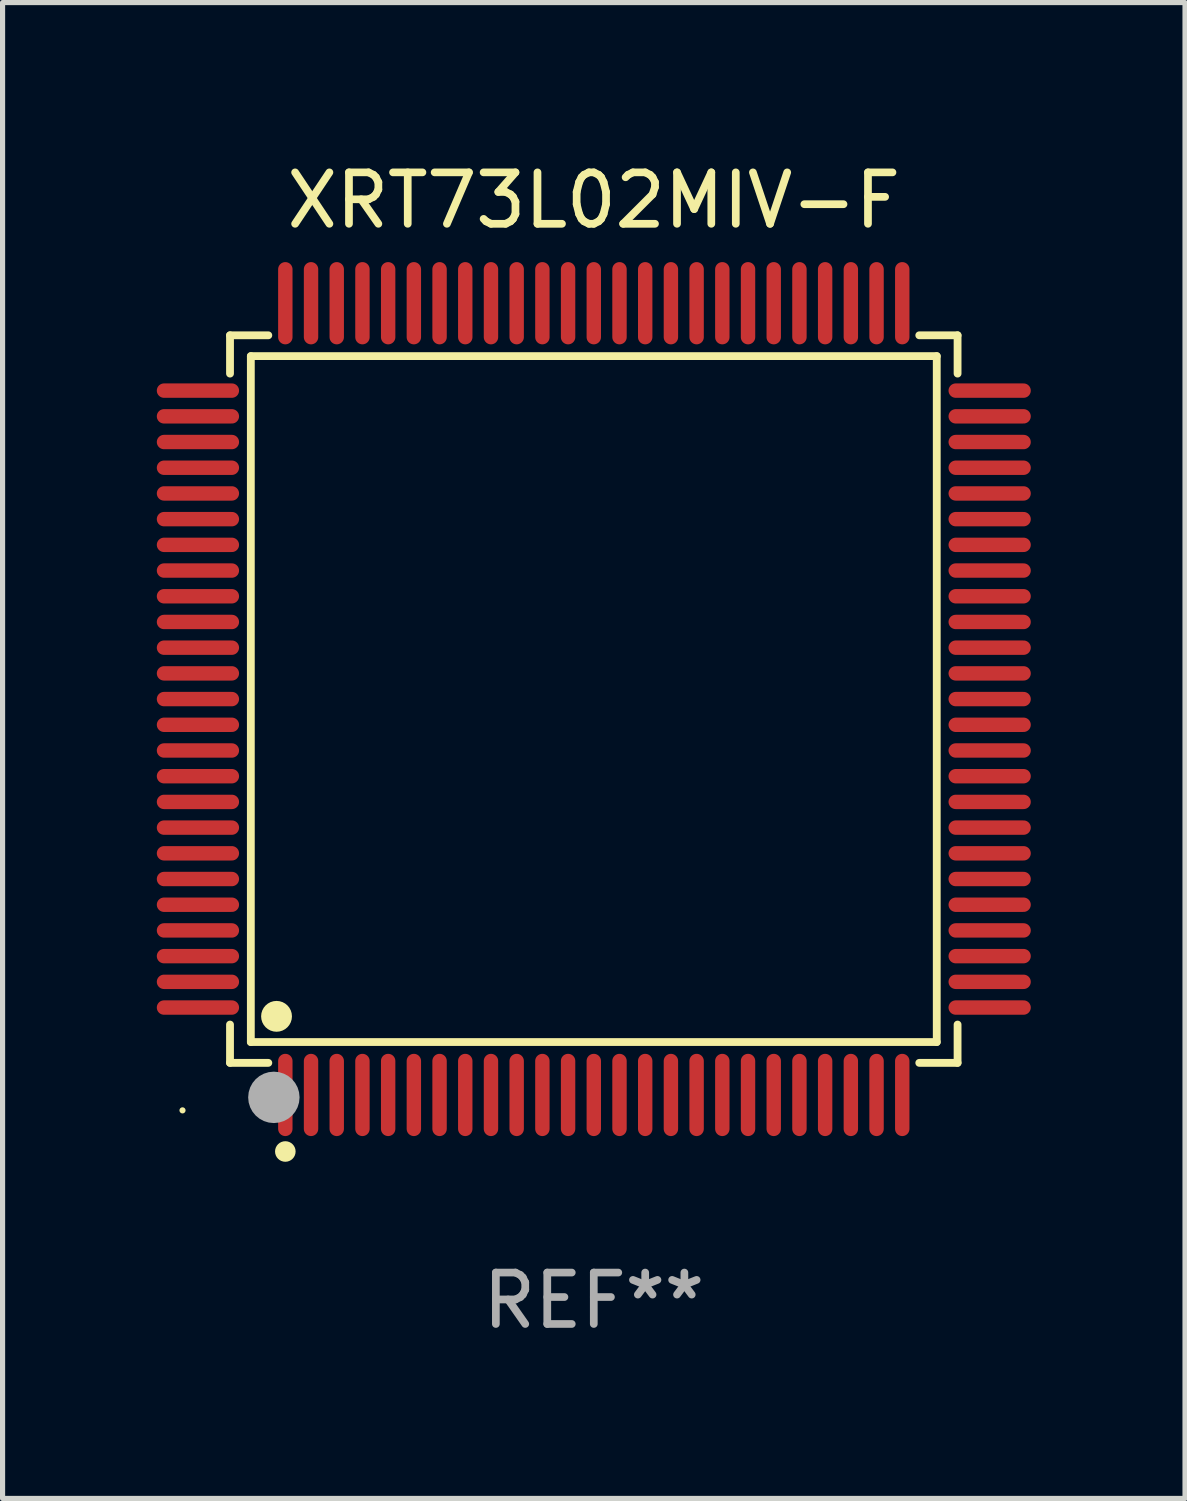
<source format=kicad_pcb>
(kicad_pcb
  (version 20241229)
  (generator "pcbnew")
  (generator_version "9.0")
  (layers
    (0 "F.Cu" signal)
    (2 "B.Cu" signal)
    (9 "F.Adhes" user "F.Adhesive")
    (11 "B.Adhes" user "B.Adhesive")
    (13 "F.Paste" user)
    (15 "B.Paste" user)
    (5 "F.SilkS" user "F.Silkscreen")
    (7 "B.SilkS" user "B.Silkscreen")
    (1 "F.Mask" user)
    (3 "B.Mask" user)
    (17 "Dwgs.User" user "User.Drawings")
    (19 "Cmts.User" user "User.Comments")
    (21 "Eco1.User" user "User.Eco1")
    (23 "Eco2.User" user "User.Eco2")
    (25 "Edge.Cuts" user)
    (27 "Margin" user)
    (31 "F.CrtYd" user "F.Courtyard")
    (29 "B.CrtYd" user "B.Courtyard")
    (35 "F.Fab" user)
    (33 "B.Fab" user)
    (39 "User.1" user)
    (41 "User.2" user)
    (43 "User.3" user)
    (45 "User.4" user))
  (footprint "XRT73L02MIV-F"
    (layer "F.Cu")
    (at 8.5 10.548)
    (property "Reference" "XRT73L02MIV-F" (at 0 -9.7 0) (layer "F.SilkS") (effects (font (size 1 1) (thickness 0.15))))
    (attr through_hole)
    (fp_line (start -7.076 -7.076) (end -6.331 -7.076) (stroke (width 0.152) (type solid)) (layer "F.SilkS"))
    (fp_line (start -7.076 -6.331) (end -7.076 -7.076) (stroke (width 0.152) (type solid)) (layer "F.SilkS"))
    (fp_line (start -7.076 6.331) (end -7.076 7.076) (stroke (width 0.152) (type solid)) (layer "F.SilkS"))
    (fp_line (start -7.076 7.076) (end -6.331 7.076) (stroke (width 0.152) (type solid)) (layer "F.SilkS"))
    (fp_line (start -6.671 -6.671) (end 6.671 -6.671) (stroke (width 0.152) (type solid)) (layer "F.SilkS"))
    (fp_line (start -6.671 6.671) (end -6.671 -6.671) (stroke (width 0.152) (type solid)) (layer "F.SilkS"))
    (fp_line (start 6.671 -6.671) (end 6.671 6.671) (stroke (width 0.152) (type solid)) (layer "F.SilkS"))
    (fp_line (start 6.671 6.671) (end -6.671 6.671) (stroke (width 0.152) (type solid)) (layer "F.SilkS"))
    (fp_line (start 7.076 -7.076) (end 6.331 -7.076) (stroke (width 0.152) (type solid)) (layer "F.SilkS"))
    (fp_line (start 7.076 -6.331) (end 7.076 -7.076) (stroke (width 0.152) (type solid)) (layer "F.SilkS"))
    (fp_line (start 7.076 6.331) (end 7.076 7.076) (stroke (width 0.152) (type solid)) (layer "F.SilkS"))
    (fp_line (start 7.076 7.076) (end 6.331 7.076) (stroke (width 0.152) (type solid)) (layer "F.SilkS"))
    (fp_circle (center -8 8) (end -7.97 8) (stroke (width 0.06) (type solid)) (fill no) (layer "F.SilkS"))
    (fp_circle (center -6.171 6.171) (end -6.021 6.171) (stroke (width 0.3) (type solid)) (fill no) (layer "F.SilkS"))
    (fp_circle (center -6 8.8) (end -5.9 8.8) (stroke (width 0.2) (type solid)) (fill no) (layer "F.SilkS"))
    (fp_circle (center -6.223 7.747) (end -5.973 7.747) (stroke (width 0.5) (type solid)) (fill no) (layer "F.Fab"))
    (fp_text user "REF**" (at 0 11.7 0) (layer "F.Fab") (effects (font (size 1 1) (thickness 0.15))))
    (pad "1" smd oval (at -6 7.7) (size 0.28 1.6) (layers "F.Cu" "F.Mask" "F.Paste"))
    (pad "2" smd oval (at -5.5 7.7) (size 0.28 1.6) (layers "F.Cu" "F.Mask" "F.Paste"))
    (pad "3" smd oval (at -5 7.7) (size 0.28 1.6) (layers "F.Cu" "F.Mask" "F.Paste"))
    (pad "4" smd oval (at -4.5 7.7) (size 0.28 1.6) (layers "F.Cu" "F.Mask" "F.Paste"))
    (pad "5" smd oval (at -4 7.7) (size 0.28 1.6) (layers "F.Cu" "F.Mask" "F.Paste"))
    (pad "6" smd oval (at -3.5 7.7) (size 0.28 1.6) (layers "F.Cu" "F.Mask" "F.Paste"))
    (pad "7" smd oval (at -3 7.7) (size 0.28 1.6) (layers "F.Cu" "F.Mask" "F.Paste"))
    (pad "8" smd oval (at -2.5 7.7) (size 0.28 1.6) (layers "F.Cu" "F.Mask" "F.Paste"))
    (pad "9" smd oval (at -2 7.7) (size 0.28 1.6) (layers "F.Cu" "F.Mask" "F.Paste"))
    (pad "10" smd oval (at -1.5 7.7) (size 0.28 1.6) (layers "F.Cu" "F.Mask" "F.Paste"))
    (pad "11" smd oval (at -1 7.7) (size 0.28 1.6) (layers "F.Cu" "F.Mask" "F.Paste"))
    (pad "12" smd oval (at -0.5 7.7) (size 0.28 1.6) (layers "F.Cu" "F.Mask" "F.Paste"))
    (pad "13" smd oval (at 0 7.7) (size 0.28 1.6) (layers "F.Cu" "F.Mask" "F.Paste"))
    (pad "14" smd oval (at 0.5 7.7) (size 0.28 1.6) (layers "F.Cu" "F.Mask" "F.Paste"))
    (pad "15" smd oval (at 1 7.7) (size 0.28 1.6) (layers "F.Cu" "F.Mask" "F.Paste"))
    (pad "16" smd oval (at 1.5 7.7) (size 0.28 1.6) (layers "F.Cu" "F.Mask" "F.Paste"))
    (pad "17" smd oval (at 2 7.7) (size 0.28 1.6) (layers "F.Cu" "F.Mask" "F.Paste"))
    (pad "18" smd oval (at 2.5 7.7) (size 0.28 1.6) (layers "F.Cu" "F.Mask" "F.Paste"))
    (pad "19" smd oval (at 3 7.7) (size 0.28 1.6) (layers "F.Cu" "F.Mask" "F.Paste"))
    (pad "20" smd oval (at 3.5 7.7) (size 0.28 1.6) (layers "F.Cu" "F.Mask" "F.Paste"))
    (pad "21" smd oval (at 4 7.7) (size 0.28 1.6) (layers "F.Cu" "F.Mask" "F.Paste"))
    (pad "22" smd oval (at 4.5 7.7) (size 0.28 1.6) (layers "F.Cu" "F.Mask" "F.Paste"))
    (pad "23" smd oval (at 5 7.7) (size 0.28 1.6) (layers "F.Cu" "F.Mask" "F.Paste"))
    (pad "24" smd oval (at 5.5 7.7) (size 0.28 1.6) (layers "F.Cu" "F.Mask" "F.Paste"))
    (pad "25" smd oval (at 6 7.7) (size 0.28 1.6) (layers "F.Cu" "F.Mask" "F.Paste"))
    (pad "26" smd oval (at 7.7 6) (size 1.6 0.28) (layers "F.Cu" "F.Mask" "F.Paste"))
    (pad "27" smd oval (at 7.7 5.5) (size 1.6 0.28) (layers "F.Cu" "F.Mask" "F.Paste"))
    (pad "28" smd oval (at 7.7 5) (size 1.6 0.28) (layers "F.Cu" "F.Mask" "F.Paste"))
    (pad "29" smd oval (at 7.7 4.5) (size 1.6 0.28) (layers "F.Cu" "F.Mask" "F.Paste"))
    (pad "30" smd oval (at 7.7 4) (size 1.6 0.28) (layers "F.Cu" "F.Mask" "F.Paste"))
    (pad "31" smd oval (at 7.7 3.5) (size 1.6 0.28) (layers "F.Cu" "F.Mask" "F.Paste"))
    (pad "32" smd oval (at 7.7 3) (size 1.6 0.28) (layers "F.Cu" "F.Mask" "F.Paste"))
    (pad "33" smd oval (at 7.7 2.5) (size 1.6 0.28) (layers "F.Cu" "F.Mask" "F.Paste"))
    (pad "34" smd oval (at 7.7 2) (size 1.6 0.28) (layers "F.Cu" "F.Mask" "F.Paste"))
    (pad "35" smd oval (at 7.7 1.5) (size 1.6 0.28) (layers "F.Cu" "F.Mask" "F.Paste"))
    (pad "36" smd oval (at 7.7 1) (size 1.6 0.28) (layers "F.Cu" "F.Mask" "F.Paste"))
    (pad "37" smd oval (at 7.7 0.5) (size 1.6 0.28) (layers "F.Cu" "F.Mask" "F.Paste"))
    (pad "38" smd oval (at 7.7 0) (size 1.6 0.28) (layers "F.Cu" "F.Mask" "F.Paste"))
    (pad "39" smd oval (at 7.7 -0.5) (size 1.6 0.28) (layers "F.Cu" "F.Mask" "F.Paste"))
    (pad "40" smd oval (at 7.7 -1) (size 1.6 0.28) (layers "F.Cu" "F.Mask" "F.Paste"))
    (pad "41" smd oval (at 7.7 -1.5) (size 1.6 0.28) (layers "F.Cu" "F.Mask" "F.Paste"))
    (pad "42" smd oval (at 7.7 -2) (size 1.6 0.28) (layers "F.Cu" "F.Mask" "F.Paste"))
    (pad "43" smd oval (at 7.7 -2.5) (size 1.6 0.28) (layers "F.Cu" "F.Mask" "F.Paste"))
    (pad "44" smd oval (at 7.7 -3) (size 1.6 0.28) (layers "F.Cu" "F.Mask" "F.Paste"))
    (pad "45" smd oval (at 7.7 -3.5) (size 1.6 0.28) (layers "F.Cu" "F.Mask" "F.Paste"))
    (pad "46" smd oval (at 7.7 -4) (size 1.6 0.28) (layers "F.Cu" "F.Mask" "F.Paste"))
    (pad "47" smd oval (at 7.7 -4.5) (size 1.6 0.28) (layers "F.Cu" "F.Mask" "F.Paste"))
    (pad "48" smd oval (at 7.7 -5) (size 1.6 0.28) (layers "F.Cu" "F.Mask" "F.Paste"))
    (pad "49" smd oval (at 7.7 -5.5) (size 1.6 0.28) (layers "F.Cu" "F.Mask" "F.Paste"))
    (pad "50" smd oval (at 7.7 -6) (size 1.6 0.28) (layers "F.Cu" "F.Mask" "F.Paste"))
    (pad "51" smd oval (at 6 -7.7) (size 0.28 1.6) (layers "F.Cu" "F.Mask" "F.Paste"))
    (pad "52" smd oval (at 5.5 -7.7) (size 0.28 1.6) (layers "F.Cu" "F.Mask" "F.Paste"))
    (pad "53" smd oval (at 5 -7.7) (size 0.28 1.6) (layers "F.Cu" "F.Mask" "F.Paste"))
    (pad "54" smd oval (at 4.5 -7.7) (size 0.28 1.6) (layers "F.Cu" "F.Mask" "F.Paste"))
    (pad "55" smd oval (at 4 -7.7) (size 0.28 1.6) (layers "F.Cu" "F.Mask" "F.Paste"))
    (pad "56" smd oval (at 3.5 -7.7) (size 0.28 1.6) (layers "F.Cu" "F.Mask" "F.Paste"))
    (pad "57" smd oval (at 3 -7.7) (size 0.28 1.6) (layers "F.Cu" "F.Mask" "F.Paste"))
    (pad "58" smd oval (at 2.5 -7.7) (size 0.28 1.6) (layers "F.Cu" "F.Mask" "F.Paste"))
    (pad "59" smd oval (at 2 -7.7) (size 0.28 1.6) (layers "F.Cu" "F.Mask" "F.Paste"))
    (pad "60" smd oval (at 1.5 -7.7) (size 0.28 1.6) (layers "F.Cu" "F.Mask" "F.Paste"))
    (pad "61" smd oval (at 1 -7.7) (size 0.28 1.6) (layers "F.Cu" "F.Mask" "F.Paste"))
    (pad "62" smd oval (at 0.5 -7.7) (size 0.28 1.6) (layers "F.Cu" "F.Mask" "F.Paste"))
    (pad "63" smd oval (at 0 -7.7) (size 0.28 1.6) (layers "F.Cu" "F.Mask" "F.Paste"))
    (pad "64" smd oval (at -0.5 -7.7) (size 0.28 1.6) (layers "F.Cu" "F.Mask" "F.Paste"))
    (pad "65" smd oval (at -1 -7.7) (size 0.28 1.6) (layers "F.Cu" "F.Mask" "F.Paste"))
    (pad "66" smd oval (at -1.5 -7.7) (size 0.28 1.6) (layers "F.Cu" "F.Mask" "F.Paste"))
    (pad "67" smd oval (at -2 -7.7) (size 0.28 1.6) (layers "F.Cu" "F.Mask" "F.Paste"))
    (pad "68" smd oval (at -2.5 -7.7) (size 0.28 1.6) (layers "F.Cu" "F.Mask" "F.Paste"))
    (pad "69" smd oval (at -3 -7.7) (size 0.28 1.6) (layers "F.Cu" "F.Mask" "F.Paste"))
    (pad "70" smd oval (at -3.5 -7.7) (size 0.28 1.6) (layers "F.Cu" "F.Mask" "F.Paste"))
    (pad "71" smd oval (at -4 -7.7) (size 0.28 1.6) (layers "F.Cu" "F.Mask" "F.Paste"))
    (pad "72" smd oval (at -4.5 -7.7) (size 0.28 1.6) (layers "F.Cu" "F.Mask" "F.Paste"))
    (pad "73" smd oval (at -5 -7.7) (size 0.28 1.6) (layers "F.Cu" "F.Mask" "F.Paste"))
    (pad "74" smd oval (at -5.5 -7.7) (size 0.28 1.6) (layers "F.Cu" "F.Mask" "F.Paste"))
    (pad "75" smd oval (at -6 -7.7) (size 0.28 1.6) (layers "F.Cu" "F.Mask" "F.Paste"))
    (pad "76" smd oval (at -7.7 -6) (size 1.6 0.28) (layers "F.Cu" "F.Mask" "F.Paste"))
    (pad "77" smd oval (at -7.7 -5.5) (size 1.6 0.28) (layers "F.Cu" "F.Mask" "F.Paste"))
    (pad "78" smd oval (at -7.7 -5) (size 1.6 0.28) (layers "F.Cu" "F.Mask" "F.Paste"))
    (pad "79" smd oval (at -7.7 -4.5) (size 1.6 0.28) (layers "F.Cu" "F.Mask" "F.Paste"))
    (pad "80" smd oval (at -7.7 -4) (size 1.6 0.28) (layers "F.Cu" "F.Mask" "F.Paste"))
    (pad "81" smd oval (at -7.7 -3.5) (size 1.6 0.28) (layers "F.Cu" "F.Mask" "F.Paste"))
    (pad "82" smd oval (at -7.7 -3) (size 1.6 0.28) (layers "F.Cu" "F.Mask" "F.Paste"))
    (pad "83" smd oval (at -7.7 -2.5) (size 1.6 0.28) (layers "F.Cu" "F.Mask" "F.Paste"))
    (pad "84" smd oval (at -7.7 -2) (size 1.6 0.28) (layers "F.Cu" "F.Mask" "F.Paste"))
    (pad "85" smd oval (at -7.7 -1.5) (size 1.6 0.28) (layers "F.Cu" "F.Mask" "F.Paste"))
    (pad "86" smd oval (at -7.7 -1) (size 1.6 0.28) (layers "F.Cu" "F.Mask" "F.Paste"))
    (pad "87" smd oval (at -7.7 -0.5) (size 1.6 0.28) (layers "F.Cu" "F.Mask" "F.Paste"))
    (pad "88" smd oval (at -7.7 0) (size 1.6 0.28) (layers "F.Cu" "F.Mask" "F.Paste"))
    (pad "89" smd oval (at -7.7 0.5) (size 1.6 0.28) (layers "F.Cu" "F.Mask" "F.Paste"))
    (pad "90" smd oval (at -7.7 1) (size 1.6 0.28) (layers "F.Cu" "F.Mask" "F.Paste"))
    (pad "91" smd oval (at -7.7 1.5) (size 1.6 0.28) (layers "F.Cu" "F.Mask" "F.Paste"))
    (pad "92" smd oval (at -7.7 2) (size 1.6 0.28) (layers "F.Cu" "F.Mask" "F.Paste"))
    (pad "93" smd oval (at -7.7 2.5) (size 1.6 0.28) (layers "F.Cu" "F.Mask" "F.Paste"))
    (pad "94" smd oval (at -7.7 3) (size 1.6 0.28) (layers "F.Cu" "F.Mask" "F.Paste"))
    (pad "95" smd oval (at -7.7 3.5) (size 1.6 0.28) (layers "F.Cu" "F.Mask" "F.Paste"))
    (pad "96" smd oval (at -7.7 4) (size 1.6 0.28) (layers "F.Cu" "F.Mask" "F.Paste"))
    (pad "97" smd oval (at -7.7 4.5) (size 1.6 0.28) (layers "F.Cu" "F.Mask" "F.Paste"))
    (pad "98" smd oval (at -7.7 5) (size 1.6 0.28) (layers "F.Cu" "F.Mask" "F.Paste"))
    (pad "99" smd oval (at -7.7 5.5) (size 1.6 0.28) (layers "F.Cu" "F.Mask" "F.Paste"))
    (pad "100" smd oval (at -7.7 6) (size 1.6 0.28) (layers "F.Cu" "F.Mask" "F.Paste")))
  (gr_rect
    (start -3 -3)
    (end 20 26.097)
    (stroke (width 0.1) (type default))
    (fill no)
    (layer "Edge.Cuts")))
</source>
